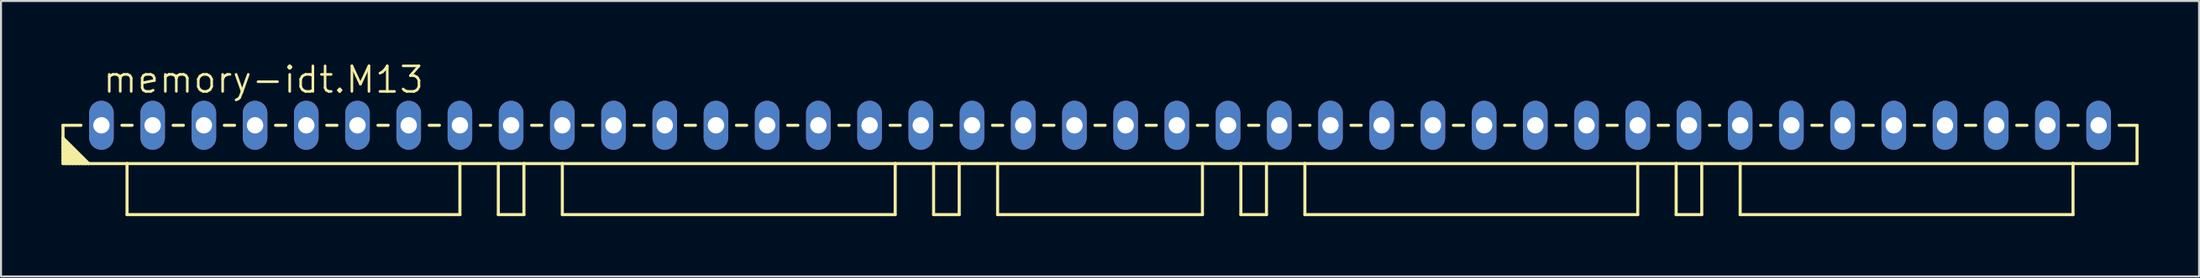
<source format=kicad_pcb>
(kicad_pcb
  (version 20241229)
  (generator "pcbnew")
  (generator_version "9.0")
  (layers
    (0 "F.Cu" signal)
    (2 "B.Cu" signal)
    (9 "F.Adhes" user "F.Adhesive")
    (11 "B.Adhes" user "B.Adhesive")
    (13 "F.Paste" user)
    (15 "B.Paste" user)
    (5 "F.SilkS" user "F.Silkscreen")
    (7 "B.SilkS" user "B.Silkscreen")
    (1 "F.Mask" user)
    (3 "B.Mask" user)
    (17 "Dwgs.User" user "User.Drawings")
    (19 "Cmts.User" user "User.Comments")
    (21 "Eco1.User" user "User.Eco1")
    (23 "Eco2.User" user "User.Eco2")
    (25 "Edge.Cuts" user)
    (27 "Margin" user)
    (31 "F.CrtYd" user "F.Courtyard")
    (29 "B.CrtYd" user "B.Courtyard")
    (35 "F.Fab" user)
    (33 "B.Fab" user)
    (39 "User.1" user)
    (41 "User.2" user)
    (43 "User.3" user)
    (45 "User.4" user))
  (footprint "memory-idt.M13"
    (layer "F.Cu")
    (at 51.511 4.454)
    (property "Reference" "memory-idt.M13" (at -49.53 -2.794 0) (layer "F.SilkS") (effects (font (size 1.27 1.27) (thickness 0.13)) (justify left bottom)))
    (attr through_hole)
    (fp_line (start -51.435 -1.27) (end -51.435 -0.635) (stroke (width 0.152) (type default)) (layer "F.SilkS"))
    (fp_line (start -51.435 -0.635) (end -51.435 -0.476) (stroke (width 0.152) (type default)) (layer "F.SilkS"))
    (fp_line (start -51.435 -0.635) (end -50.165 0.635) (stroke (width 0.152) (type default)) (layer "F.SilkS"))
    (fp_line (start -51.435 -0.476) (end -51.435 -0.318) (stroke (width 0.152) (type default)) (layer "F.SilkS"))
    (fp_line (start -51.435 -0.476) (end -50.324 0.635) (stroke (width 0.152) (type default)) (layer "F.SilkS"))
    (fp_line (start -51.435 -0.318) (end -51.435 -0.159) (stroke (width 0.152) (type default)) (layer "F.SilkS"))
    (fp_line (start -51.435 -0.318) (end -50.483 0.635) (stroke (width 0.152) (type default)) (layer "F.SilkS"))
    (fp_line (start -51.435 -0.159) (end -51.435 0) (stroke (width 0.152) (type default)) (layer "F.SilkS"))
    (fp_line (start -51.435 -0.159) (end -50.641 0.635) (stroke (width 0.152) (type default)) (layer "F.SilkS"))
    (fp_line (start -51.435 0) (end -51.435 0.159) (stroke (width 0.152) (type default)) (layer "F.SilkS"))
    (fp_line (start -51.435 0) (end -50.8 0.635) (stroke (width 0.152) (type default)) (layer "F.SilkS"))
    (fp_line (start -51.435 0.159) (end -51.435 0.318) (stroke (width 0.152) (type default)) (layer "F.SilkS"))
    (fp_line (start -51.435 0.159) (end -50.959 0.635) (stroke (width 0.152) (type default)) (layer "F.SilkS"))
    (fp_line (start -51.435 0.318) (end -51.435 0.476) (stroke (width 0.152) (type default)) (layer "F.SilkS"))
    (fp_line (start -51.435 0.318) (end -51.118 0.635) (stroke (width 0.152) (type default)) (layer "F.SilkS"))
    (fp_line (start -51.435 0.476) (end -51.435 0.635) (stroke (width 0.152) (type default)) (layer "F.SilkS"))
    (fp_line (start -51.435 0.476) (end -51.276 0.635) (stroke (width 0.152) (type default)) (layer "F.SilkS"))
    (fp_line (start -51.435 0.635) (end -51.276 0.635) (stroke (width 0.152) (type default)) (layer "F.SilkS"))
    (fp_line (start -51.276 0.635) (end -51.118 0.635) (stroke (width 0.152) (type default)) (layer "F.SilkS"))
    (fp_line (start -51.118 0.635) (end -50.959 0.635) (stroke (width 0.152) (type default)) (layer "F.SilkS"))
    (fp_line (start -50.959 0.635) (end -50.8 0.635) (stroke (width 0.152) (type default)) (layer "F.SilkS"))
    (fp_line (start -50.8 0.635) (end -50.641 0.635) (stroke (width 0.152) (type default)) (layer "F.SilkS"))
    (fp_line (start -50.641 0.635) (end -50.483 0.635) (stroke (width 0.152) (type default)) (layer "F.SilkS"))
    (fp_line (start -50.546 -1.27) (end -51.435 -1.27) (stroke (width 0.152) (type default)) (layer "F.SilkS"))
    (fp_line (start -50.483 0.635) (end -50.324 0.635) (stroke (width 0.152) (type default)) (layer "F.SilkS"))
    (fp_line (start -50.324 0.635) (end -50.165 0.635) (stroke (width 0.152) (type default)) (layer "F.SilkS"))
    (fp_line (start -50.165 0.635) (end -48.26 0.635) (stroke (width 0.152) (type default)) (layer "F.SilkS"))
    (fp_line (start -48.514 -1.27) (end -48.006 -1.27) (stroke (width 0.152) (type default)) (layer "F.SilkS"))
    (fp_line (start -48.26 0.635) (end -31.75 0.635) (stroke (width 0.152) (type default)) (layer "F.SilkS"))
    (fp_line (start -48.26 3.175) (end -48.26 0.635) (stroke (width 0.152) (type default)) (layer "F.SilkS"))
    (fp_line (start -45.974 -1.27) (end -45.466 -1.27) (stroke (width 0.152) (type default)) (layer "F.SilkS"))
    (fp_line (start -43.434 -1.27) (end -42.926 -1.27) (stroke (width 0.152) (type default)) (layer "F.SilkS"))
    (fp_line (start -40.894 -1.27) (end -40.386 -1.27) (stroke (width 0.152) (type default)) (layer "F.SilkS"))
    (fp_line (start -38.354 -1.27) (end -37.846 -1.27) (stroke (width 0.152) (type default)) (layer "F.SilkS"))
    (fp_line (start -35.814 -1.27) (end -35.306 -1.27) (stroke (width 0.152) (type default)) (layer "F.SilkS"))
    (fp_line (start -33.274 -1.27) (end -32.766 -1.27) (stroke (width 0.152) (type default)) (layer "F.SilkS"))
    (fp_line (start -31.75 0.635) (end -31.75 3.175) (stroke (width 0.152) (type default)) (layer "F.SilkS"))
    (fp_line (start -31.75 0.635) (end -29.845 0.635) (stroke (width 0.152) (type default)) (layer "F.SilkS"))
    (fp_line (start -31.75 3.175) (end -48.26 3.175) (stroke (width 0.152) (type default)) (layer "F.SilkS"))
    (fp_line (start -30.734 -1.27) (end -30.226 -1.27) (stroke (width 0.152) (type default)) (layer "F.SilkS"))
    (fp_line (start -29.845 0.635) (end -29.845 3.175) (stroke (width 0.152) (type default)) (layer "F.SilkS"))
    (fp_line (start -29.845 0.635) (end -28.575 0.635) (stroke (width 0.152) (type default)) (layer "F.SilkS"))
    (fp_line (start -29.845 3.175) (end -28.575 3.175) (stroke (width 0.152) (type default)) (layer "F.SilkS"))
    (fp_line (start -28.575 0.635) (end -26.67 0.635) (stroke (width 0.152) (type default)) (layer "F.SilkS"))
    (fp_line (start -28.575 3.175) (end -28.575 0.635) (stroke (width 0.152) (type default)) (layer "F.SilkS"))
    (fp_line (start -28.194 -1.27) (end -27.686 -1.27) (stroke (width 0.152) (type default)) (layer "F.SilkS"))
    (fp_line (start -26.67 0.635) (end -10.16 0.635) (stroke (width 0.152) (type default)) (layer "F.SilkS"))
    (fp_line (start -26.67 3.175) (end -26.67 0.635) (stroke (width 0.152) (type default)) (layer "F.SilkS"))
    (fp_line (start -25.654 -1.27) (end -25.146 -1.27) (stroke (width 0.152) (type default)) (layer "F.SilkS"))
    (fp_line (start -23.114 -1.27) (end -22.606 -1.27) (stroke (width 0.152) (type default)) (layer "F.SilkS"))
    (fp_line (start -20.574 -1.27) (end -20.066 -1.27) (stroke (width 0.152) (type default)) (layer "F.SilkS"))
    (fp_line (start -18.034 -1.27) (end -17.526 -1.27) (stroke (width 0.152) (type default)) (layer "F.SilkS"))
    (fp_line (start -15.494 -1.27) (end -14.986 -1.27) (stroke (width 0.152) (type default)) (layer "F.SilkS"))
    (fp_line (start -12.954 -1.27) (end -12.446 -1.27) (stroke (width 0.152) (type default)) (layer "F.SilkS"))
    (fp_line (start -10.414 -1.27) (end -9.906 -1.27) (stroke (width 0.152) (type default)) (layer "F.SilkS"))
    (fp_line (start -10.16 0.635) (end -10.16 3.175) (stroke (width 0.152) (type default)) (layer "F.SilkS"))
    (fp_line (start -10.16 0.635) (end -8.255 0.635) (stroke (width 0.152) (type default)) (layer "F.SilkS"))
    (fp_line (start -10.16 3.175) (end -26.67 3.175) (stroke (width 0.152) (type default)) (layer "F.SilkS"))
    (fp_line (start -8.255 0.635) (end -8.255 3.175) (stroke (width 0.152) (type default)) (layer "F.SilkS"))
    (fp_line (start -8.255 0.635) (end -6.985 0.635) (stroke (width 0.152) (type default)) (layer "F.SilkS"))
    (fp_line (start -8.255 3.175) (end -6.985 3.175) (stroke (width 0.152) (type default)) (layer "F.SilkS"))
    (fp_line (start -7.874 -1.27) (end -7.366 -1.27) (stroke (width 0.152) (type default)) (layer "F.SilkS"))
    (fp_line (start -6.985 0.635) (end -5.08 0.635) (stroke (width 0.152) (type default)) (layer "F.SilkS"))
    (fp_line (start -6.985 3.175) (end -6.985 0.635) (stroke (width 0.152) (type default)) (layer "F.SilkS"))
    (fp_line (start -5.334 -1.27) (end -4.826 -1.27) (stroke (width 0.152) (type default)) (layer "F.SilkS"))
    (fp_line (start -5.08 0.635) (end -5.08 3.175) (stroke (width 0.152) (type default)) (layer "F.SilkS"))
    (fp_line (start -5.08 0.635) (end 5.08 0.635) (stroke (width 0.152) (type default)) (layer "F.SilkS"))
    (fp_line (start -5.08 3.175) (end 5.08 3.175) (stroke (width 0.152) (type default)) (layer "F.SilkS"))
    (fp_line (start -2.794 -1.27) (end -2.286 -1.27) (stroke (width 0.152) (type default)) (layer "F.SilkS"))
    (fp_line (start -0.254 -1.27) (end 0.254 -1.27) (stroke (width 0.152) (type default)) (layer "F.SilkS"))
    (fp_line (start 2.286 -1.27) (end 2.794 -1.27) (stroke (width 0.152) (type default)) (layer "F.SilkS"))
    (fp_line (start 4.826 -1.27) (end 5.334 -1.27) (stroke (width 0.152) (type default)) (layer "F.SilkS"))
    (fp_line (start 5.08 0.635) (end 6.985 0.635) (stroke (width 0.152) (type default)) (layer "F.SilkS"))
    (fp_line (start 5.08 3.175) (end 5.08 0.635) (stroke (width 0.152) (type default)) (layer "F.SilkS"))
    (fp_line (start 6.985 0.635) (end 6.985 3.175) (stroke (width 0.152) (type default)) (layer "F.SilkS"))
    (fp_line (start 6.985 0.635) (end 8.255 0.635) (stroke (width 0.152) (type default)) (layer "F.SilkS"))
    (fp_line (start 6.985 3.175) (end 8.255 3.175) (stroke (width 0.152) (type default)) (layer "F.SilkS"))
    (fp_line (start 7.366 -1.27) (end 7.874 -1.27) (stroke (width 0.152) (type default)) (layer "F.SilkS"))
    (fp_line (start 8.255 0.635) (end 10.16 0.635) (stroke (width 0.152) (type default)) (layer "F.SilkS"))
    (fp_line (start 8.255 3.175) (end 8.255 0.635) (stroke (width 0.152) (type default)) (layer "F.SilkS"))
    (fp_line (start 9.906 -1.27) (end 10.414 -1.27) (stroke (width 0.152) (type default)) (layer "F.SilkS"))
    (fp_line (start 10.16 0.635) (end 26.67 0.635) (stroke (width 0.152) (type default)) (layer "F.SilkS"))
    (fp_line (start 10.16 3.175) (end 10.16 0.635) (stroke (width 0.152) (type default)) (layer "F.SilkS"))
    (fp_line (start 12.446 -1.27) (end 12.954 -1.27) (stroke (width 0.152) (type default)) (layer "F.SilkS"))
    (fp_line (start 14.986 -1.27) (end 15.494 -1.27) (stroke (width 0.152) (type default)) (layer "F.SilkS"))
    (fp_line (start 17.526 -1.27) (end 18.034 -1.27) (stroke (width 0.152) (type default)) (layer "F.SilkS"))
    (fp_line (start 20.066 -1.27) (end 20.574 -1.27) (stroke (width 0.152) (type default)) (layer "F.SilkS"))
    (fp_line (start 22.606 -1.27) (end 23.114 -1.27) (stroke (width 0.152) (type default)) (layer "F.SilkS"))
    (fp_line (start 25.146 -1.27) (end 25.654 -1.27) (stroke (width 0.152) (type default)) (layer "F.SilkS"))
    (fp_line (start 26.67 0.635) (end 26.67 3.175) (stroke (width 0.152) (type default)) (layer "F.SilkS"))
    (fp_line (start 26.67 0.635) (end 28.575 0.635) (stroke (width 0.152) (type default)) (layer "F.SilkS"))
    (fp_line (start 26.67 3.175) (end 10.16 3.175) (stroke (width 0.152) (type default)) (layer "F.SilkS"))
    (fp_line (start 27.686 -1.27) (end 28.194 -1.27) (stroke (width 0.152) (type default)) (layer "F.SilkS"))
    (fp_line (start 28.575 0.635) (end 28.575 3.175) (stroke (width 0.152) (type default)) (layer "F.SilkS"))
    (fp_line (start 28.575 0.635) (end 29.845 0.635) (stroke (width 0.152) (type default)) (layer "F.SilkS"))
    (fp_line (start 28.575 3.175) (end 29.845 3.175) (stroke (width 0.152) (type default)) (layer "F.SilkS"))
    (fp_line (start 29.845 0.635) (end 31.75 0.635) (stroke (width 0.152) (type default)) (layer "F.SilkS"))
    (fp_line (start 29.845 3.175) (end 29.845 0.635) (stroke (width 0.152) (type default)) (layer "F.SilkS"))
    (fp_line (start 30.226 -1.27) (end 30.734 -1.27) (stroke (width 0.152) (type default)) (layer "F.SilkS"))
    (fp_line (start 31.75 0.635) (end 48.26 0.635) (stroke (width 0.152) (type default)) (layer "F.SilkS"))
    (fp_line (start 31.75 3.175) (end 31.75 0.635) (stroke (width 0.152) (type default)) (layer "F.SilkS"))
    (fp_line (start 32.766 -1.27) (end 33.274 -1.27) (stroke (width 0.152) (type default)) (layer "F.SilkS"))
    (fp_line (start 35.306 -1.27) (end 35.814 -1.27) (stroke (width 0.152) (type default)) (layer "F.SilkS"))
    (fp_line (start 37.846 -1.27) (end 38.354 -1.27) (stroke (width 0.152) (type default)) (layer "F.SilkS"))
    (fp_line (start 40.386 -1.27) (end 40.894 -1.27) (stroke (width 0.152) (type default)) (layer "F.SilkS"))
    (fp_line (start 42.926 -1.27) (end 43.434 -1.27) (stroke (width 0.152) (type default)) (layer "F.SilkS"))
    (fp_line (start 45.466 -1.27) (end 45.974 -1.27) (stroke (width 0.152) (type default)) (layer "F.SilkS"))
    (fp_line (start 48.006 -1.27) (end 48.514 -1.27) (stroke (width 0.152) (type default)) (layer "F.SilkS"))
    (fp_line (start 48.26 0.635) (end 48.26 3.175) (stroke (width 0.152) (type default)) (layer "F.SilkS"))
    (fp_line (start 48.26 0.635) (end 51.435 0.635) (stroke (width 0.152) (type default)) (layer "F.SilkS"))
    (fp_line (start 48.26 3.175) (end 31.75 3.175) (stroke (width 0.152) (type default)) (layer "F.SilkS"))
    (fp_line (start 50.546 -1.27) (end 51.435 -1.27) (stroke (width 0.152) (type default)) (layer "F.SilkS"))
    (fp_line (start 51.435 0.635) (end 51.435 -1.27) (stroke (width 0.152) (type default)) (layer "F.SilkS"))
    (pad "1" thru_hole oval (at -49.53 -1.27 90) (size 2.438 1.219) (drill 0.813) (layers "*.Cu" "*.Mask"))
    (pad "2" thru_hole oval (at -46.99 -1.27 90) (size 2.438 1.219) (drill 0.813) (layers "*.Cu" "*.Mask"))
    (pad "3" thru_hole oval (at -44.45 -1.27 90) (size 2.438 1.219) (drill 0.813) (layers "*.Cu" "*.Mask"))
    (pad "4" thru_hole oval (at -41.91 -1.27 90) (size 2.438 1.219) (drill 0.813) (layers "*.Cu" "*.Mask"))
    (pad "5" thru_hole oval (at -39.37 -1.27 90) (size 2.438 1.219) (drill 0.813) (layers "*.Cu" "*.Mask"))
    (pad "6" thru_hole oval (at -36.83 -1.27 90) (size 2.438 1.219) (drill 0.813) (layers "*.Cu" "*.Mask"))
    (pad "7" thru_hole oval (at -34.29 -1.27 90) (size 2.438 1.219) (drill 0.813) (layers "*.Cu" "*.Mask"))
    (pad "8" thru_hole oval (at -31.75 -1.27 90) (size 2.438 1.219) (drill 0.813) (layers "*.Cu" "*.Mask"))
    (pad "9" thru_hole oval (at -29.21 -1.27 90) (size 2.438 1.219) (drill 0.813) (layers "*.Cu" "*.Mask"))
    (pad "10" thru_hole oval (at -26.67 -1.27 90) (size 2.438 1.219) (drill 0.813) (layers "*.Cu" "*.Mask"))
    (pad "11" thru_hole oval (at -24.13 -1.27 90) (size 2.438 1.219) (drill 0.813) (layers "*.Cu" "*.Mask"))
    (pad "12" thru_hole oval (at -21.59 -1.27 90) (size 2.438 1.219) (drill 0.813) (layers "*.Cu" "*.Mask"))
    (pad "13" thru_hole oval (at -19.05 -1.27 90) (size 2.438 1.219) (drill 0.813) (layers "*.Cu" "*.Mask"))
    (pad "14" thru_hole oval (at -16.51 -1.27 90) (size 2.438 1.219) (drill 0.813) (layers "*.Cu" "*.Mask"))
    (pad "15" thru_hole oval (at -13.97 -1.27 90) (size 2.438 1.219) (drill 0.813) (layers "*.Cu" "*.Mask"))
    (pad "16" thru_hole oval (at -11.43 -1.27 90) (size 2.438 1.219) (drill 0.813) (layers "*.Cu" "*.Mask"))
    (pad "17" thru_hole oval (at -8.89 -1.27 90) (size 2.438 1.219) (drill 0.813) (layers "*.Cu" "*.Mask"))
    (pad "18" thru_hole oval (at -6.35 -1.27 90) (size 2.438 1.219) (drill 0.813) (layers "*.Cu" "*.Mask"))
    (pad "19" thru_hole oval (at -3.81 -1.27 90) (size 2.438 1.219) (drill 0.813) (layers "*.Cu" "*.Mask"))
    (pad "20" thru_hole oval (at -1.27 -1.27 90) (size 2.438 1.219) (drill 0.813) (layers "*.Cu" "*.Mask"))
    (pad "21" thru_hole oval (at 1.27 -1.27 90) (size 2.438 1.219) (drill 0.813) (layers "*.Cu" "*.Mask"))
    (pad "22" thru_hole oval (at 3.81 -1.27 90) (size 2.438 1.219) (drill 0.813) (layers "*.Cu" "*.Mask"))
    (pad "23" thru_hole oval (at 6.35 -1.27 90) (size 2.438 1.219) (drill 0.813) (layers "*.Cu" "*.Mask"))
    (pad "24" thru_hole oval (at 8.89 -1.27 90) (size 2.438 1.219) (drill 0.813) (layers "*.Cu" "*.Mask"))
    (pad "25" thru_hole oval (at 11.43 -1.27 90) (size 2.438 1.219) (drill 0.813) (layers "*.Cu" "*.Mask"))
    (pad "26" thru_hole oval (at 13.97 -1.27 90) (size 2.438 1.219) (drill 0.813) (layers "*.Cu" "*.Mask"))
    (pad "27" thru_hole oval (at 16.51 -1.27 90) (size 2.438 1.219) (drill 0.813) (layers "*.Cu" "*.Mask"))
    (pad "28" thru_hole oval (at 19.05 -1.27 90) (size 2.438 1.219) (drill 0.813) (layers "*.Cu" "*.Mask"))
    (pad "29" thru_hole oval (at 21.59 -1.27 90) (size 2.438 1.219) (drill 0.813) (layers "*.Cu" "*.Mask"))
    (pad "30" thru_hole oval (at 24.13 -1.27 90) (size 2.438 1.219) (drill 0.813) (layers "*.Cu" "*.Mask"))
    (pad "31" thru_hole oval (at 26.67 -1.27 90) (size 2.438 1.219) (drill 0.813) (layers "*.Cu" "*.Mask"))
    (pad "32" thru_hole oval (at 29.21 -1.27 90) (size 2.438 1.219) (drill 0.813) (layers "*.Cu" "*.Mask"))
    (pad "33" thru_hole oval (at 31.75 -1.27 90) (size 2.438 1.219) (drill 0.813) (layers "*.Cu" "*.Mask"))
    (pad "34" thru_hole oval (at 34.29 -1.27 90) (size 2.438 1.219) (drill 0.813) (layers "*.Cu" "*.Mask"))
    (pad "35" thru_hole oval (at 36.83 -1.27 90) (size 2.438 1.219) (drill 0.813) (layers "*.Cu" "*.Mask"))
    (pad "36" thru_hole oval (at 39.37 -1.27 90) (size 2.438 1.219) (drill 0.813) (layers "*.Cu" "*.Mask"))
    (pad "37" thru_hole oval (at 41.91 -1.27 90) (size 2.438 1.219) (drill 0.813) (layers "*.Cu" "*.Mask"))
    (pad "38" thru_hole oval (at 44.45 -1.27 90) (size 2.438 1.219) (drill 0.813) (layers "*.Cu" "*.Mask"))
    (pad "39" thru_hole oval (at 46.99 -1.27 90) (size 2.438 1.219) (drill 0.813) (layers "*.Cu" "*.Mask"))
    (pad "40" thru_hole oval (at 49.53 -1.27 90) (size 2.438 1.219) (drill 0.813) (layers "*.Cu" "*.Mask")))
  (gr_rect
    (start -3 -3)
    (end 106.022 10.705)
    (stroke (width 0.1) (type default))
    (fill no)
    (layer "Edge.Cuts")))
</source>
